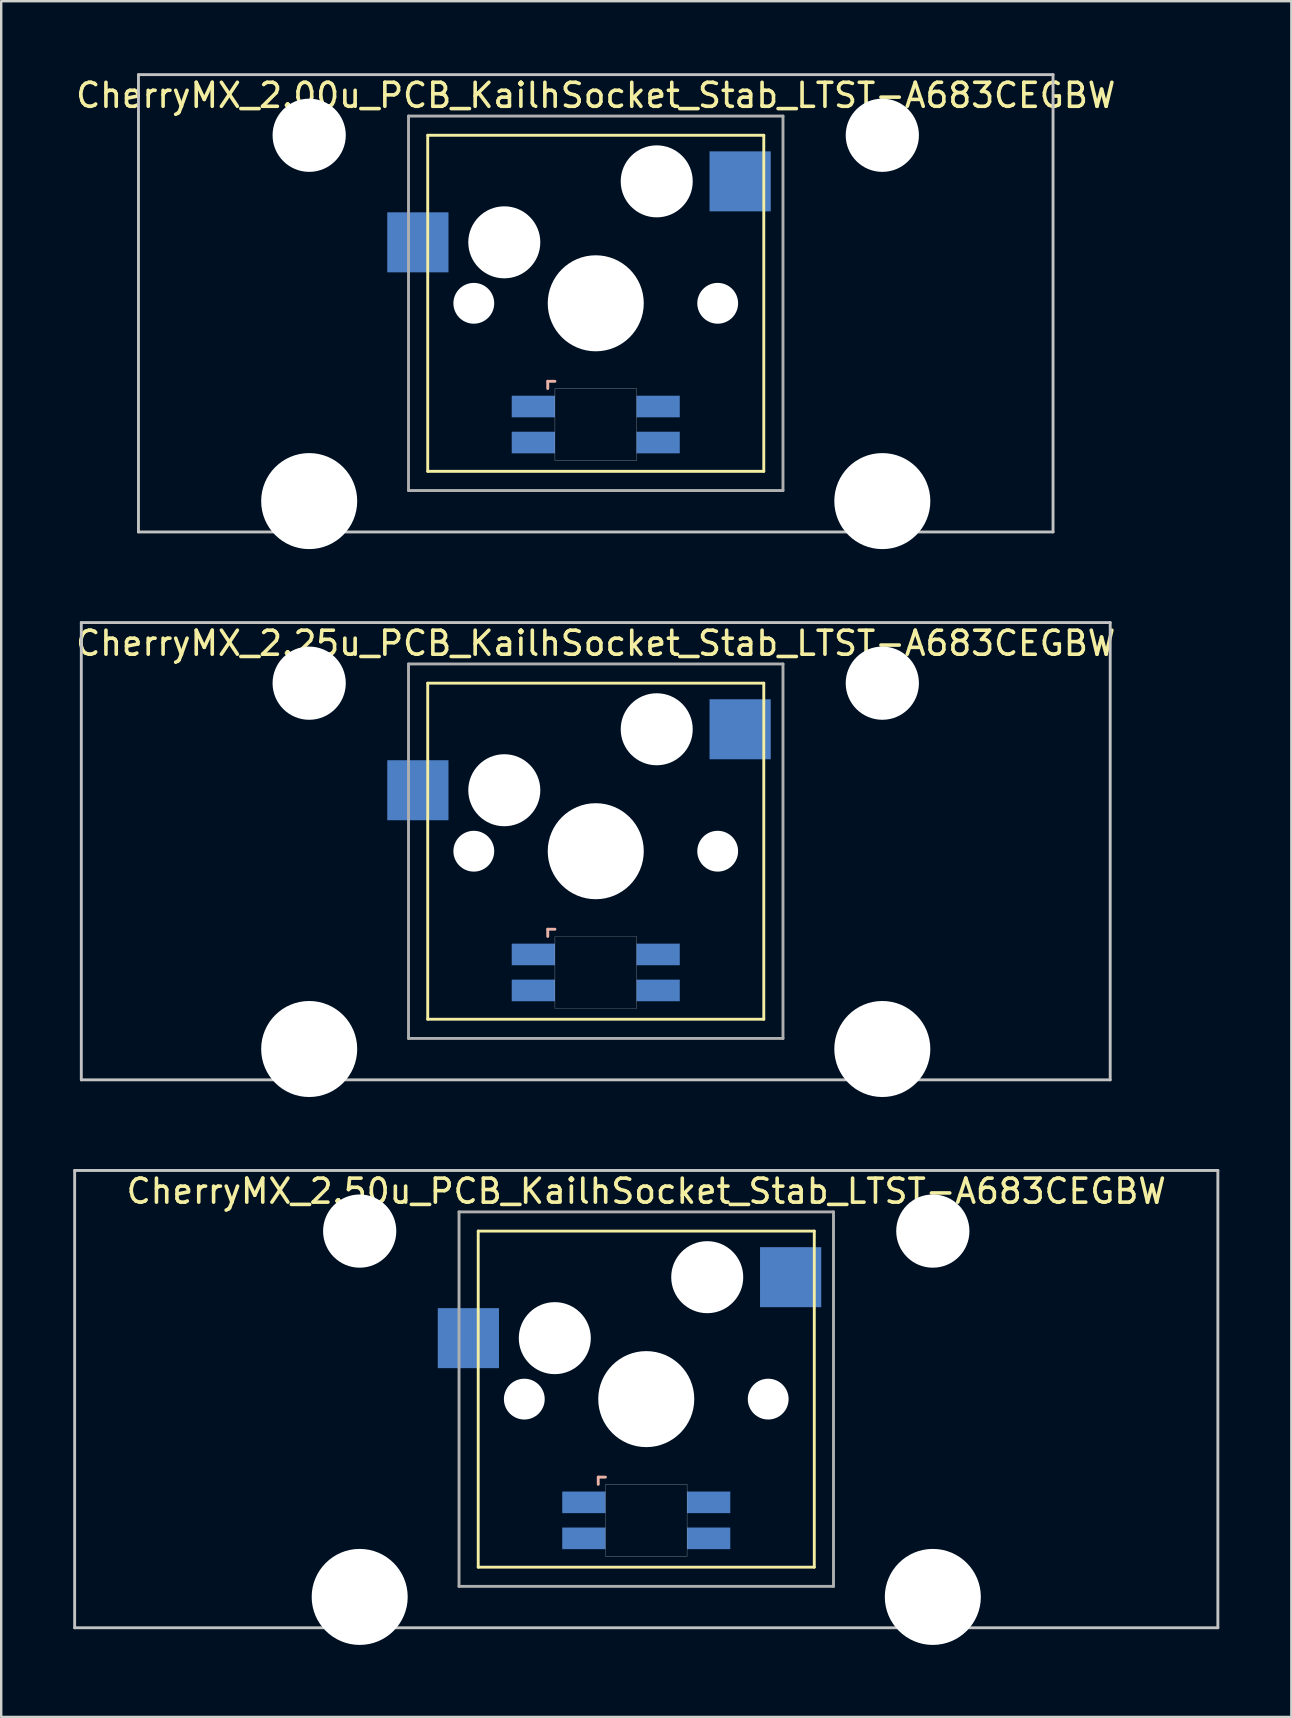
<source format=kicad_pcb>
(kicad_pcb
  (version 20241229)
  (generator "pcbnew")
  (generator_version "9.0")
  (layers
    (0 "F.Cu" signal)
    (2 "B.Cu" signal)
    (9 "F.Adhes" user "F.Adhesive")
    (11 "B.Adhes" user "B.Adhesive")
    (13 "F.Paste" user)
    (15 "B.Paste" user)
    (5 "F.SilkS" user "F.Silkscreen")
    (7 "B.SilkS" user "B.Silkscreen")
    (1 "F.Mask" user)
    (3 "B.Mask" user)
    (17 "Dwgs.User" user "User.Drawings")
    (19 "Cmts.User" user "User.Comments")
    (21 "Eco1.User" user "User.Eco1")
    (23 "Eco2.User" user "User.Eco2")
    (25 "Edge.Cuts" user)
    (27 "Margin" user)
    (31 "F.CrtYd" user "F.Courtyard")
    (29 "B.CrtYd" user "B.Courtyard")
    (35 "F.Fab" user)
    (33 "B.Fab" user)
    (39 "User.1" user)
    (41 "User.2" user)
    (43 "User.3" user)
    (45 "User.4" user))
  (footprint "CherryMX_2.25u_PCB_KailhSocket_Stab_LTST-A683CEGBW"
    (layer "F.Cu")
    (at 21.768 32.41)
    (property "Reference" "CherryMX_2.25u_PCB_KailhSocket_Stab_LTST-A683CEGBW" (at 0 -8.662 0) (layer "F.SilkS") (effects (font (size 1 1) (thickness 0.15))))
    (attr through_hole)
    (fp_line (start -7 -7) (end -7 7) (stroke (width 0.12) (type solid)) (layer "F.SilkS"))
    (fp_line (start -7 -7) (end 7 -7) (stroke (width 0.12) (type solid)) (layer "F.SilkS"))
    (fp_line (start 7 -7) (end 7 7) (stroke (width 0.12) (type solid)) (layer "F.SilkS"))
    (fp_line (start 7 7) (end -7 7) (stroke (width 0.12) (type solid)) (layer "F.SilkS"))
    (fp_line (start -2 3.25) (end -2 3.55) (stroke (width 0.12) (type solid)) (layer "B.SilkS"))
    (fp_line (start -1.7 3.25) (end -2 3.25) (stroke (width 0.12) (type solid)) (layer "B.SilkS"))
    (fp_line (start -21.431 -9.525) (end 21.431 -9.525) (stroke (width 0.12) (type solid)) (layer "Dwgs.User"))
    (fp_line (start -21.431 9.525) (end -21.431 -9.525) (stroke (width 0.12) (type solid)) (layer "Dwgs.User"))
    (fp_line (start 21.431 -9.525) (end 21.431 9.525) (stroke (width 0.12) (type solid)) (layer "Dwgs.User"))
    (fp_line (start 21.431 9.525) (end -21.431 9.525) (stroke (width 0.12) (type solid)) (layer "Dwgs.User"))
    (fp_poly (pts (xy 1.7 6.55) (xy -1.7 6.55) (xy -1.7 3.55) (xy 1.7 3.55)) (stroke (width 0.01) (type solid)) (fill no) (layer "Edge.Cuts"))
    (fp_line (start -7.8 -7.8) (end -7.8 7.8) (stroke (width 0.12) (type solid)) (layer "F.Fab"))
    (fp_line (start -7.8 -7.8) (end 7.8 -7.8) (stroke (width 0.12) (type solid)) (layer "F.Fab"))
    (fp_line (start -7.8 7.8) (end 7.8 7.8) (stroke (width 0.12) (type solid)) (layer "F.Fab"))
    (fp_line (start 7.8 -7.8) (end 7.8 7.8) (stroke (width 0.12) (type solid)) (layer "F.Fab"))
    (pad "" np_thru_hole circle (at -11.938 -7) (size 3.05 3.05) (drill 3.05) (layers "*.Cu" "*.Mask"))
    (pad "" np_thru_hole circle (at -11.938 8.24) (size 4 4) (drill 4) (layers "*.Cu" "*.Mask"))
    (pad "" np_thru_hole circle (at -5.08 0) (size 1.7 1.7) (drill 1.7) (layers "*.Cu" "*.Mask"))
    (pad "" np_thru_hole circle (at -3.81 -2.54) (size 3 3) (drill 3) (layers "*.Cu" "*.Mask"))
    (pad "" np_thru_hole circle (at 0 0) (size 4 4) (drill 4) (layers "*.Cu" "*.Mask"))
    (pad "" np_thru_hole circle (at 2.54 -5.08) (size 3 3) (drill 3) (layers "*.Cu" "*.Mask"))
    (pad "" np_thru_hole circle (at 5.08 0) (size 1.7 1.7) (drill 1.7) (layers "*.Cu" "*.Mask"))
    (pad "" np_thru_hole circle (at 11.938 -7) (size 3.05 3.05) (drill 3.05) (layers "*.Cu" "*.Mask"))
    (pad "" np_thru_hole circle (at 11.938 8.24) (size 4 4) (drill 4) (layers "*.Cu" "*.Mask"))
    (pad "1" smd rect (at -7.41 -2.54) (size 2.55 2.5) (layers "B.Cu" "B.Mask" "B.Paste"))
    (pad "2" smd rect (at 6.015 -5.08) (size 2.55 2.5) (layers "B.Cu" "B.Mask" "B.Paste"))
    (pad "3" smd rect (at -2.6 4.3) (size 1.8 0.9) (layers "B.Cu" "B.Mask" "B.Paste"))
    (pad "4" smd rect (at -2.6 5.8) (size 1.8 0.9) (layers "B.Cu" "B.Mask" "B.Paste"))
    (pad "5" smd rect (at 2.6 4.3) (size 1.8 0.9) (layers "B.Cu" "B.Mask" "B.Paste"))
    (pad "6" smd rect (at 2.6 5.8) (size 1.8 0.9) (layers "B.Cu" "B.Mask" "B.Paste")))
  (footprint "CherryMX_2.00u_PCB_KailhSocket_Stab_LTST-A683CEGBW"
    (layer "F.Cu")
    (at 21.768 9.585)
    (property "Reference" "CherryMX_2.00u_PCB_KailhSocket_Stab_LTST-A683CEGBW" (at 0 -8.662 0) (layer "F.SilkS") (effects (font (size 1 1) (thickness 0.15))))
    (attr through_hole)
    (fp_line (start -7 -7) (end -7 7) (stroke (width 0.12) (type solid)) (layer "F.SilkS"))
    (fp_line (start -7 -7) (end 7 -7) (stroke (width 0.12) (type solid)) (layer "F.SilkS"))
    (fp_line (start 7 -7) (end 7 7) (stroke (width 0.12) (type solid)) (layer "F.SilkS"))
    (fp_line (start 7 7) (end -7 7) (stroke (width 0.12) (type solid)) (layer "F.SilkS"))
    (fp_line (start -2 3.25) (end -2 3.55) (stroke (width 0.12) (type solid)) (layer "B.SilkS"))
    (fp_line (start -1.7 3.25) (end -2 3.25) (stroke (width 0.12) (type solid)) (layer "B.SilkS"))
    (fp_line (start -19.05 -9.525) (end 19.05 -9.525) (stroke (width 0.12) (type solid)) (layer "Dwgs.User"))
    (fp_line (start -19.05 9.525) (end -19.05 -9.525) (stroke (width 0.12) (type solid)) (layer "Dwgs.User"))
    (fp_line (start 19.05 -9.525) (end 19.05 9.525) (stroke (width 0.12) (type solid)) (layer "Dwgs.User"))
    (fp_line (start 19.05 9.525) (end -19.05 9.525) (stroke (width 0.12) (type solid)) (layer "Dwgs.User"))
    (fp_poly (pts (xy 1.7 6.55) (xy -1.7 6.55) (xy -1.7 3.55) (xy 1.7 3.55)) (stroke (width 0.01) (type solid)) (fill no) (layer "Edge.Cuts"))
    (fp_line (start -7.8 -7.8) (end -7.8 7.8) (stroke (width 0.12) (type solid)) (layer "F.Fab"))
    (fp_line (start -7.8 -7.8) (end 7.8 -7.8) (stroke (width 0.12) (type solid)) (layer "F.Fab"))
    (fp_line (start -7.8 7.8) (end 7.8 7.8) (stroke (width 0.12) (type solid)) (layer "F.Fab"))
    (fp_line (start 7.8 -7.8) (end 7.8 7.8) (stroke (width 0.12) (type solid)) (layer "F.Fab"))
    (pad "" np_thru_hole circle (at -11.938 -7) (size 3.05 3.05) (drill 3.05) (layers "*.Cu" "*.Mask"))
    (pad "" np_thru_hole circle (at -11.938 8.24) (size 4 4) (drill 4) (layers "*.Cu" "*.Mask"))
    (pad "" np_thru_hole circle (at -5.08 0) (size 1.7 1.7) (drill 1.7) (layers "*.Cu" "*.Mask"))
    (pad "" np_thru_hole circle (at -3.81 -2.54) (size 3 3) (drill 3) (layers "*.Cu" "*.Mask"))
    (pad "" np_thru_hole circle (at 0 0) (size 4 4) (drill 4) (layers "*.Cu" "*.Mask"))
    (pad "" np_thru_hole circle (at 2.54 -5.08) (size 3 3) (drill 3) (layers "*.Cu" "*.Mask"))
    (pad "" np_thru_hole circle (at 5.08 0) (size 1.7 1.7) (drill 1.7) (layers "*.Cu" "*.Mask"))
    (pad "" np_thru_hole circle (at 11.938 -7) (size 3.05 3.05) (drill 3.05) (layers "*.Cu" "*.Mask"))
    (pad "" np_thru_hole circle (at 11.938 8.24) (size 4 4) (drill 4) (layers "*.Cu" "*.Mask"))
    (pad "1" smd rect (at -7.41 -2.54) (size 2.55 2.5) (layers "B.Cu" "B.Mask" "B.Paste"))
    (pad "2" smd rect (at 6.015 -5.08) (size 2.55 2.5) (layers "B.Cu" "B.Mask" "B.Paste"))
    (pad "3" smd rect (at -2.6 4.3) (size 1.8 0.9) (layers "B.Cu" "B.Mask" "B.Paste"))
    (pad "4" smd rect (at -2.6 5.8) (size 1.8 0.9) (layers "B.Cu" "B.Mask" "B.Paste"))
    (pad "5" smd rect (at 2.6 4.3) (size 1.8 0.9) (layers "B.Cu" "B.Mask" "B.Paste"))
    (pad "6" smd rect (at 2.6 5.8) (size 1.8 0.9) (layers "B.Cu" "B.Mask" "B.Paste")))
  (footprint "CherryMX_2.50u_PCB_KailhSocket_Stab_LTST-A683CEGBW"
    (layer "F.Cu")
    (at 23.872 55.235)
    (property "Reference" "CherryMX_2.50u_PCB_KailhSocket_Stab_LTST-A683CEGBW" (at 0 -8.662 0) (layer "F.SilkS") (effects (font (size 1 1) (thickness 0.15))))
    (attr through_hole)
    (fp_line (start -7 -7) (end -7 7) (stroke (width 0.12) (type solid)) (layer "F.SilkS"))
    (fp_line (start -7 -7) (end 7 -7) (stroke (width 0.12) (type solid)) (layer "F.SilkS"))
    (fp_line (start 7 -7) (end 7 7) (stroke (width 0.12) (type solid)) (layer "F.SilkS"))
    (fp_line (start 7 7) (end -7 7) (stroke (width 0.12) (type solid)) (layer "F.SilkS"))
    (fp_line (start -2 3.25) (end -2 3.55) (stroke (width 0.12) (type solid)) (layer "B.SilkS"))
    (fp_line (start -1.7 3.25) (end -2 3.25) (stroke (width 0.12) (type solid)) (layer "B.SilkS"))
    (fp_line (start -23.812 -9.525) (end 23.812 -9.525) (stroke (width 0.12) (type solid)) (layer "Dwgs.User"))
    (fp_line (start -23.812 9.525) (end -23.812 -9.525) (stroke (width 0.12) (type solid)) (layer "Dwgs.User"))
    (fp_line (start 23.812 -9.525) (end 23.812 9.525) (stroke (width 0.12) (type solid)) (layer "Dwgs.User"))
    (fp_line (start 23.812 9.525) (end -23.812 9.525) (stroke (width 0.12) (type solid)) (layer "Dwgs.User"))
    (fp_poly (pts (xy 1.7 6.55) (xy -1.7 6.55) (xy -1.7 3.55) (xy 1.7 3.55)) (stroke (width 0.01) (type solid)) (fill no) (layer "Edge.Cuts"))
    (fp_line (start -7.8 -7.8) (end -7.8 7.8) (stroke (width 0.12) (type solid)) (layer "F.Fab"))
    (fp_line (start -7.8 -7.8) (end 7.8 -7.8) (stroke (width 0.12) (type solid)) (layer "F.Fab"))
    (fp_line (start -7.8 7.8) (end 7.8 7.8) (stroke (width 0.12) (type solid)) (layer "F.Fab"))
    (fp_line (start 7.8 -7.8) (end 7.8 7.8) (stroke (width 0.12) (type solid)) (layer "F.Fab"))
    (pad "" np_thru_hole circle (at -11.938 -7) (size 3.05 3.05) (drill 3.05) (layers "*.Cu" "*.Mask"))
    (pad "" np_thru_hole circle (at -11.938 8.24) (size 4 4) (drill 4) (layers "*.Cu" "*.Mask"))
    (pad "" np_thru_hole circle (at -5.08 0) (size 1.7 1.7) (drill 1.7) (layers "*.Cu" "*.Mask"))
    (pad "" np_thru_hole circle (at -3.81 -2.54) (size 3 3) (drill 3) (layers "*.Cu" "*.Mask"))
    (pad "" np_thru_hole circle (at 0 0) (size 4 4) (drill 4) (layers "*.Cu" "*.Mask"))
    (pad "" np_thru_hole circle (at 2.54 -5.08) (size 3 3) (drill 3) (layers "*.Cu" "*.Mask"))
    (pad "" np_thru_hole circle (at 5.08 0) (size 1.7 1.7) (drill 1.7) (layers "*.Cu" "*.Mask"))
    (pad "" np_thru_hole circle (at 11.938 -7) (size 3.05 3.05) (drill 3.05) (layers "*.Cu" "*.Mask"))
    (pad "" np_thru_hole circle (at 11.938 8.24) (size 4 4) (drill 4) (layers "*.Cu" "*.Mask"))
    (pad "1" smd rect (at -7.41 -2.54) (size 2.55 2.5) (layers "B.Cu" "B.Mask" "B.Paste"))
    (pad "2" smd rect (at 6.015 -5.08) (size 2.55 2.5) (layers "B.Cu" "B.Mask" "B.Paste"))
    (pad "3" smd rect (at -2.6 4.3) (size 1.8 0.9) (layers "B.Cu" "B.Mask" "B.Paste"))
    (pad "4" smd rect (at -2.6 5.8) (size 1.8 0.9) (layers "B.Cu" "B.Mask" "B.Paste"))
    (pad "5" smd rect (at 2.6 4.3) (size 1.8 0.9) (layers "B.Cu" "B.Mask" "B.Paste"))
    (pad "6" smd rect (at 2.6 5.8) (size 1.8 0.9) (layers "B.Cu" "B.Mask" "B.Paste")))
  (gr_rect
    (start -3 -3)
    (end 50.745 68.475)
    (stroke (width 0.1) (type default))
    (fill no)
    (layer "Edge.Cuts")))
</source>
